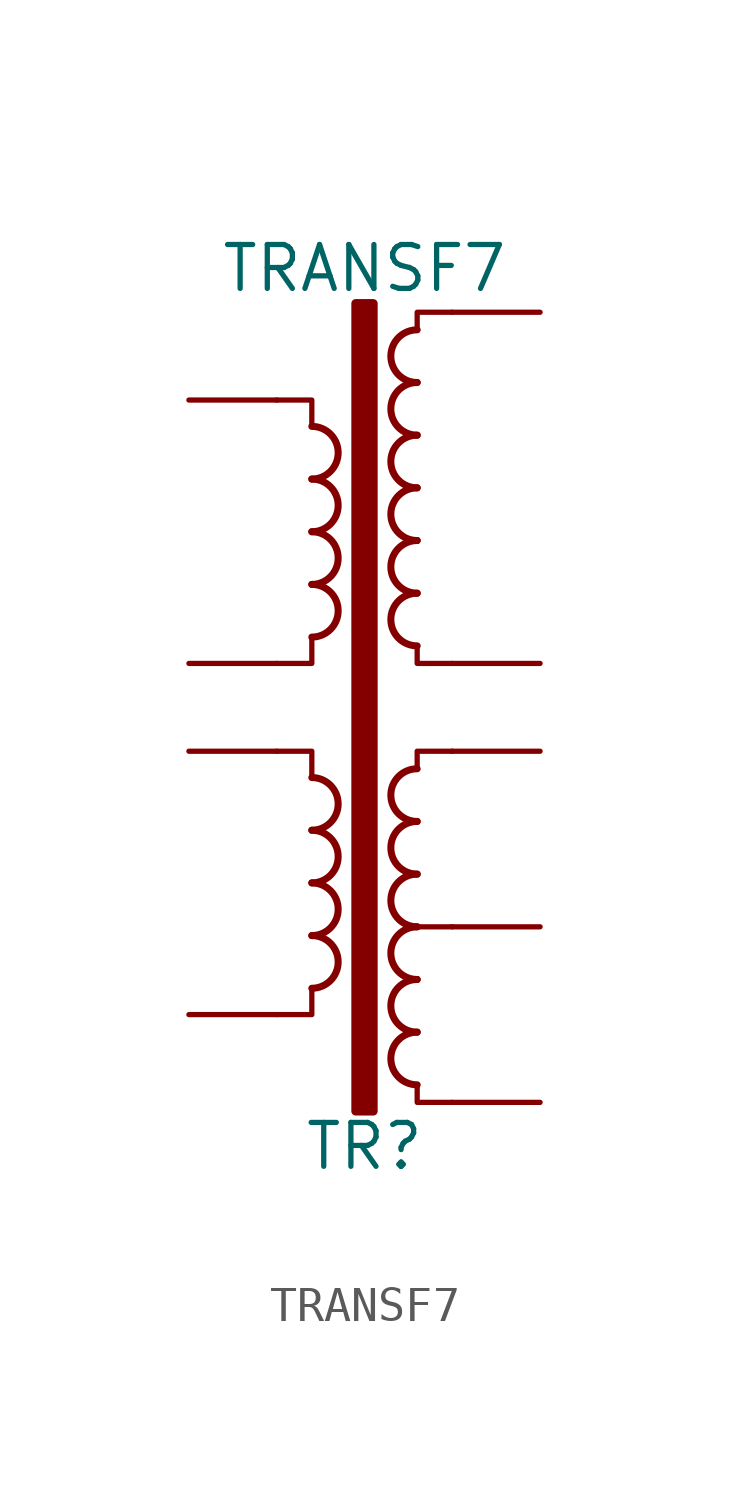
<source format=kicad_sym>
(kicad_symbol_lib
  (version 20220914)
  (generator kicad_symbol_editor)
  (symbol "TRANSF7"
    (pin_numbers hide)
    (pin_names
      (offset 0))
    (property "Reference" "TR"
      (at 0 -11.43 0)
      (effects (font (size 1.27 1.27))))
    (property "Value" "TRANSF7"
      (at 0 13.97 0)
      (effects (font (size 1.27 1.27))))
    (symbol "TRANSF7_0_1"
      (arc (start -1.524 -6.858) (mid -0.7653 -6.096) (end -1.524 -5.334) (stroke (width 0.2032) (type default)) (fill (type none)))
      (arc (start -1.524 -5.334) (mid -0.7653 -4.572) (end -1.524 -3.81) (stroke (width 0.2032) (type default)) (fill (type none)))
      (arc (start -1.524 -3.81) (mid -0.7653 -3.048) (end -1.524 -2.286) (stroke (width 0.2032) (type default)) (fill (type none)))
      (arc (start -1.524 -2.286) (mid -0.7653 -1.524) (end -1.524 -0.762) (stroke (width 0.2032) (type default)) (fill (type none)))
      (arc (start -1.524 3.302) (mid -0.7653 4.064) (end -1.524 4.826) (stroke (width 0.2032) (type default)) (fill (type none)))
      (arc (start -1.524 4.826) (mid -0.7653 5.588) (end -1.524 6.35) (stroke (width 0.2032) (type default)) (fill (type none)))
      (arc (start -1.524 6.35) (mid -0.7653 7.112) (end -1.524 7.874) (stroke (width 0.2032) (type default)) (fill (type none)))
      (arc (start -1.524 7.874) (mid -0.7653 8.636) (end -1.524 9.398) (stroke (width 0.2032) (type default)) (fill (type none)))
      (rectangle (start -0.254 12.954) (end 0.254 -10.414) (stroke (width 0.254) (type default)) (fill (type outline)))
      (polyline (pts (xy 1.524 -5.08) (xy 2.54 -5.08) (xy 2.54 -5.08)) (stroke (width 0) (type default)) (fill (type outline)))
      (polyline (pts (xy -1.524 -6.858) (xy -1.524 -7.62) (xy -2.54 -7.62) (xy -2.54 -7.62)) (stroke (width 0) (type default)) (fill (type none)))
      (polyline (pts (xy -1.524 3.302) (xy -1.524 2.54) (xy -2.54 2.54) (xy -2.54 2.54)) (stroke (width 0) (type default)) (fill (type none)))
      (polyline (pts (xy 1.524 -9.652) (xy 1.524 -10.16) (xy 2.54 -10.16) (xy 2.54 -10.16)) (stroke (width 0) (type default)) (fill (type none)))
      (polyline (pts (xy 1.524 -0.508) (xy 1.524 0) (xy 2.54 0) (xy 2.54 0)) (stroke (width 0) (type default)) (fill (type none)))
      (polyline (pts (xy 1.524 3.048) (xy 1.524 2.54) (xy 2.54 2.54) (xy 2.54 2.54)) (stroke (width 0) (type default)) (fill (type none)))
      (polyline (pts (xy 1.524 12.192) (xy 1.524 12.7) (xy 2.54 12.7) (xy 2.54 12.7)) (stroke (width 0) (type default)) (fill (type none)))
      (polyline (pts (xy -1.524 -0.762) (xy -1.524 0) (xy -2.54 0) (xy -2.54 0) (xy -2.54 0) (xy -2.54 0)) (stroke (width 0) (type default)) (fill (type none)))
      (polyline (pts (xy -1.524 9.398) (xy -1.524 10.16) (xy -2.54 10.16) (xy -2.54 10.16) (xy -2.54 10.16) (xy -2.54 10.16)) (stroke (width 0) (type default)) (fill (type none)))
      (arc (start 1.524 -8.128) (mid 0.7653 -8.89) (end 1.524 -9.652) (stroke (width 0.2032) (type default)) (fill (type none)))
      (arc (start 1.524 -6.604) (mid 0.7653 -7.366) (end 1.524 -8.128) (stroke (width 0.2032) (type default)) (fill (type none)))
      (arc (start 1.524 -5.08) (mid 0.7653 -5.842) (end 1.524 -6.604) (stroke (width 0.2032) (type default)) (fill (type none)))
      (arc (start 1.524 -3.556) (mid 0.7653 -4.318) (end 1.524 -5.08) (stroke (width 0.2032) (type default)) (fill (type none)))
      (arc (start 1.524 -2.032) (mid 0.7653 -2.794) (end 1.524 -3.556) (stroke (width 0.2032) (type default)) (fill (type none)))
      (arc (start 1.524 -0.508) (mid 0.7653 -1.27) (end 1.524 -2.032) (stroke (width 0.2032) (type default)) (fill (type none)))
      (arc (start 1.524 4.572) (mid 0.7653 3.81) (end 1.524 3.048) (stroke (width 0.2032) (type default)) (fill (type none)))
      (arc (start 1.524 6.096) (mid 0.7653 5.334) (end 1.524 4.572) (stroke (width 0.2032) (type default)) (fill (type none)))
      (arc (start 1.524 7.62) (mid 0.7653 6.858) (end 1.524 6.096) (stroke (width 0.2032) (type default)) (fill (type none)))
      (arc (start 1.524 9.144) (mid 0.7653 8.382) (end 1.524 7.62) (stroke (width 0.2032) (type default)) (fill (type none)))
      (arc (start 1.524 10.668) (mid 0.7653 9.906) (end 1.524 9.144) (stroke (width 0.2032) (type default)) (fill (type none)))
      (arc (start 1.524 12.192) (mid 0.7653 11.43) (end 1.524 10.668) (stroke (width 0.2032) (type default)) (fill (type none))))
    (symbol "TRANSF7_1_1"
      (pin passive line (at -5.08 -7.62 0) (length 2.54) (name "~" (effects (font (size 1.27 1.27)))) (number "1" (effects (font (size 1.27 1.27)))))
      (pin passive line (at 5.08 -10.16 180) (length 2.54) (name "~" (effects (font (size 1.27 1.27)))) (number "10" (effects (font (size 1.27 1.27)))))
      (pin passive line (at -5.08 0 0) (length 2.54) (name "~" (effects (font (size 1.27 1.27)))) (number "2" (effects (font (size 1.27 1.27)))))
      (pin passive line (at -5.08 2.54 0) (length 2.54) (name "~" (effects (font (size 1.27 1.27)))) (number "3" (effects (font (size 1.27 1.27)))))
      (pin passive line (at -5.08 10.16 0) (length 2.54) (name "~" (effects (font (size 1.27 1.27)))) (number "4" (effects (font (size 1.27 1.27)))))
      (pin passive line (at 5.08 12.7 180) (length 2.54) (name "~" (effects (font (size 1.27 1.27)))) (number "5" (effects (font (size 1.27 1.27)))))
      (pin passive line (at 5.08 2.54 180) (length 2.54) (name "~" (effects (font (size 1.27 1.27)))) (number "7" (effects (font (size 1.27 1.27)))))
      (pin passive line (at 5.08 0 180) (length 2.54) (name "~" (effects (font (size 1.27 1.27)))) (number "8" (effects (font (size 1.27 1.27)))))
      (pin passive line (at 5.08 -5.08 180) (length 2.54) (name "~" (effects (font (size 1.27 1.27)))) (number "9" (effects (font (size 1.27 1.27))))))))
</source>
